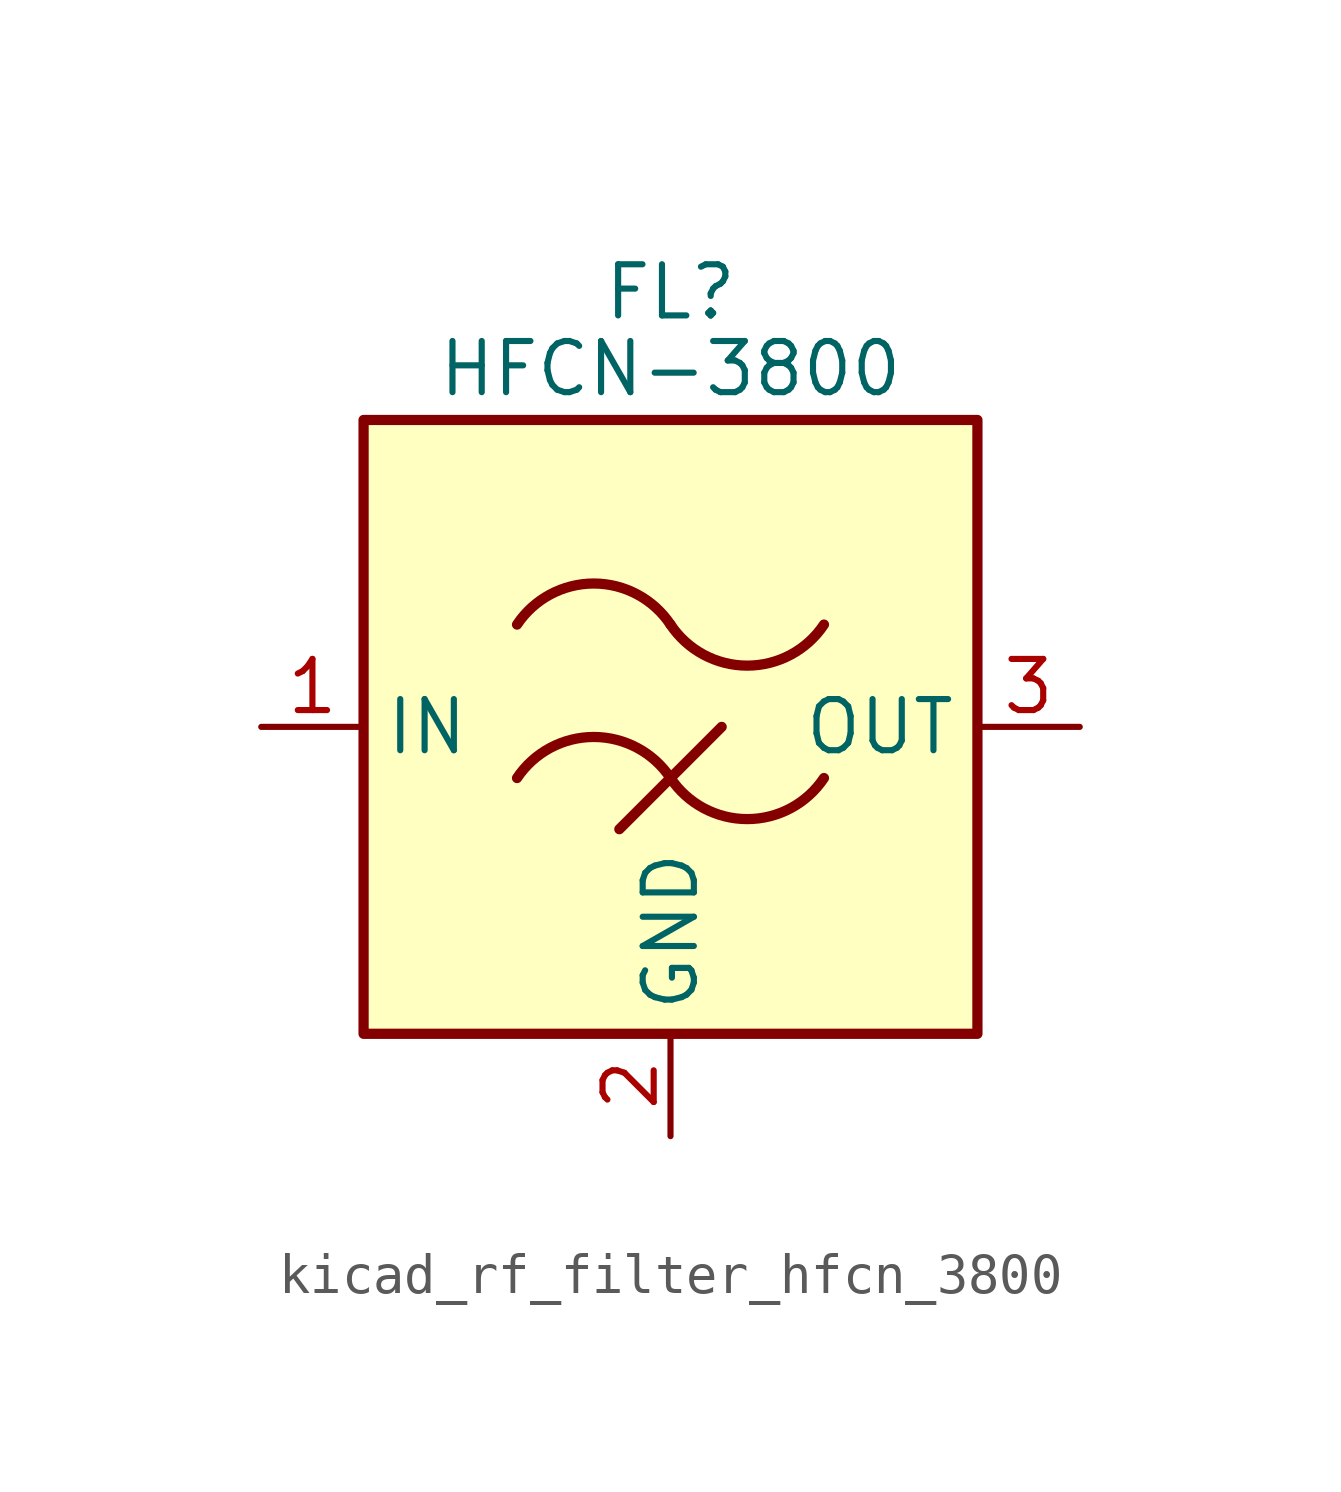
<source format=kicad_sym>
(kicad_symbol_lib
  (version 20220914)
  (generator kicad_symbol_editor)
  (symbol "kicad_rf_filter_hfcn_3800"
    (property "Reference" "FL"
      (at 0 10.795 0)
      (effects (font (size 1.27 1.27))))
    (property "Value" "HFCN-3800"
      (at 0 8.89 0)
      (effects (font (size 1.27 1.27))))
    (symbol "kicad_rf_filter_hfcn_3800_0_1"
      (rectangle (start -7.62 7.62) (end 7.62 -7.62) (stroke (width 0.254) (type default)) (fill (type background)))
      (arc (start 0 -1.27) (mid -1.905 -0.2505) (end -3.81 -1.27) (stroke (width 0.254) (type default)) (fill (type none)))
      (arc (start 0 -1.27) (mid 1.905 -2.2895) (end 3.81 -1.27) (stroke (width 0.254) (type default)) (fill (type none)))
      (polyline (pts (xy -1.27 -2.54) (xy 1.27 0)) (stroke (width 0.254) (type default)) (fill (type none)))
      (arc (start 0 2.54) (mid -1.905 3.5595) (end -3.81 2.54) (stroke (width 0.254) (type default)) (fill (type none)))
      (arc (start 0 2.54) (mid 1.905 1.5205) (end 3.81 2.54) (stroke (width 0.254) (type default)) (fill (type none))))
    (symbol "kicad_rf_filter_hfcn_3800_1_1"
      (pin passive line (at -10.16 0 0) (length 2.54) (name "IN" (effects (font (size 1.27 1.27)))) (number "1" (effects (font (size 1.27 1.27)))))
      (pin passive line (at 0 -10.16 90) (length 2.54) (name "GND" (effects (font (size 1.27 1.27)))) (number "2" (effects (font (size 1.27 1.27)))))
      (pin passive line (at 10.16 0 180) (length 2.54) (name "OUT" (effects (font (size 1.27 1.27)))) (number "3" (effects (font (size 1.27 1.27)))))
      (pin passive line (at 0 -10.16 90) (length 2.54) hide (name "GND" (effects (font (size 1.27 1.27)))) (number "4" (effects (font (size 1.27 1.27)))))
      (pin passive line (at 0 -10.16 90) (length 2.54) hide (name "GND" (effects (font (size 1.27 1.27)))) (number "5" (effects (font (size 1.27 1.27)))))
      (pin passive line (at 0 -10.16 90) (length 2.54) hide (name "GND" (effects (font (size 1.27 1.27)))) (number "6" (effects (font (size 1.27 1.27))))))))
</source>
